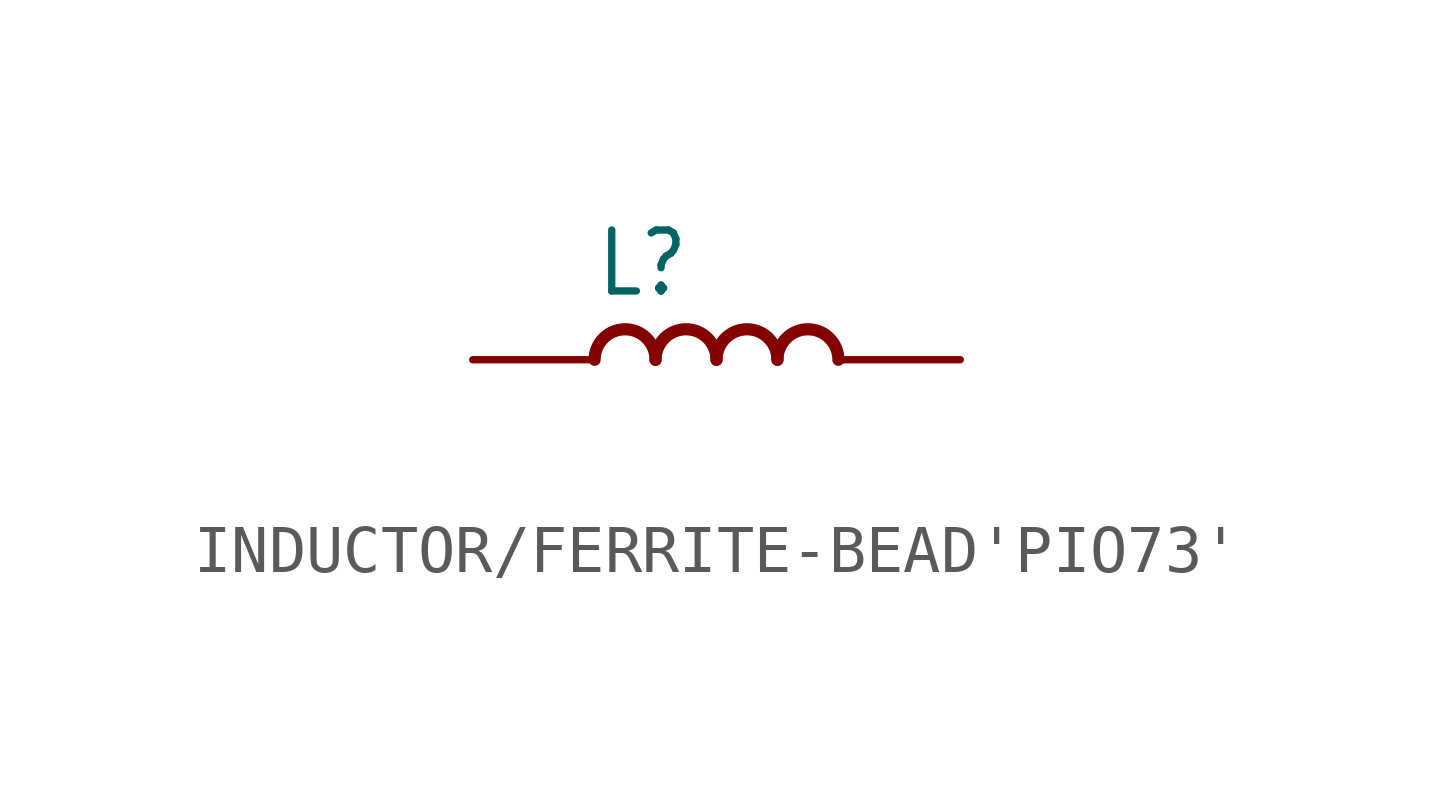
<source format=kicad_sym>
(kicad_symbol_lib
  (version 20231120)
  (generator "kicad_symbol_editor")
  (generator_version "8.0")
  (symbol "INDUCTOR/FERRITE-BEAD'PIO73'"
    (property "Reference" "L"
      (at -2.54 1.27 0)
      (effects (font (size 1.27 1.079)) (justify left bottom)))
    (property "Value" ""
      (at -2.54 -2.54 0)
      (effects (font (size 1.27 1.079)) (justify left bottom)))
    (property "ki_locked" ""
      (at 0 0 0)
      (effects (font (size 1.27 1.27))))
    (symbol "INDUCTOR/FERRITE-BEAD'PIO73'_1_0"
      (arc (start -1.27 0) (mid -1.905 0.635) (end -2.54 0) (stroke (width 0.254) (type solid)) (fill (type none)))
      (arc (start 0 0) (mid -0.635 0.635) (end -1.27 0) (stroke (width 0.254) (type solid)) (fill (type none)))
      (arc (start 1.27 0) (mid 0.635 0.635) (end 0 0) (stroke (width 0.254) (type solid)) (fill (type none)))
      (arc (start 2.54 0) (mid 1.905 0.635) (end 1.27 0) (stroke (width 0.254) (type solid)) (fill (type none)))
      (pin passive line (at -5.08 0 0) (length 2.54) (name "1" (effects (font (size 0 0)))) (number "1" (effects (font (size 0 0)))))
      (pin passive line (at 5.08 0 180) (length 2.54) (name "2" (effects (font (size 0 0)))) (number "2" (effects (font (size 0 0))))))))
</source>
